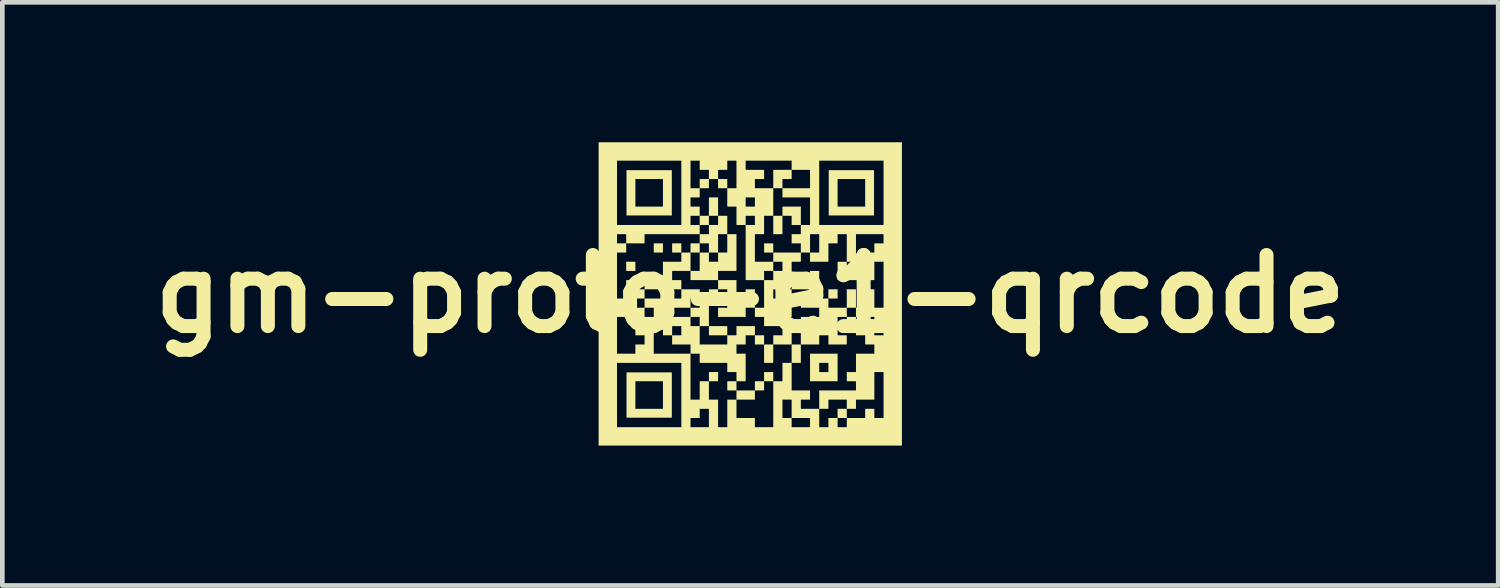
<source format=kicad_pcb>
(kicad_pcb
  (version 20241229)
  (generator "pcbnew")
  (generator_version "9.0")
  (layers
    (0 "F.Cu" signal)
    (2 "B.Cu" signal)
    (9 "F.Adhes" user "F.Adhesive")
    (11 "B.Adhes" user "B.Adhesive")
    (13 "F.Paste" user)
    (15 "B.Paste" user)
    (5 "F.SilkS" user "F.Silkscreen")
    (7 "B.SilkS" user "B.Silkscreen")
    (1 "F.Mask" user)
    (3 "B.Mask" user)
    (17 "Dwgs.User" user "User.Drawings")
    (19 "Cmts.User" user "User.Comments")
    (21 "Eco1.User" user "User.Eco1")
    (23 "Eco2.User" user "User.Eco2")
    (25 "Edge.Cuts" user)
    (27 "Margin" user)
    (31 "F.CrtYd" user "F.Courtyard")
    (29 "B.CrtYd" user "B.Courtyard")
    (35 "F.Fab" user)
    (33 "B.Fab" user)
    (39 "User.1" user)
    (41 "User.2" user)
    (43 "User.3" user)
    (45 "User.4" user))
  (footprint "gm-proto-e1-qrcode"
    (layer "F.Cu")
    (at 13.034 3.251)
    (property "Reference" "gm-proto-e1-qrcode" (at 0 0 0) (layer "F.SilkS") (effects (font (size 1.524 1.524) (thickness 0.3))))
    (attr board_only exclude_from_pos_files exclude_from_bom)
    (fp_poly (pts (xy -2.463 -0.493) (xy -2.66 -0.493) (xy -2.66 -0.69) (xy -2.463 -0.69)) (stroke (width 0) (type solid)) (fill yes) (layer "F.SilkS"))
    (fp_poly (pts (xy -1.872 -0.887) (xy -2.069 -0.887) (xy -2.069 -1.084) (xy -1.872 -1.084)) (stroke (width 0) (type solid)) (fill yes) (layer "F.SilkS"))
    (fp_poly (pts (xy -1.478 -0.887) (xy -1.675 -0.887) (xy -1.675 -1.084) (xy -1.478 -1.084)) (stroke (width 0) (type solid)) (fill yes) (layer "F.SilkS"))
    (fp_poly (pts (xy -0.887 -2.266) (xy -1.084 -2.266) (xy -1.084 -2.463) (xy -0.887 -2.463)) (stroke (width 0) (type solid)) (fill yes) (layer "F.SilkS"))
    (fp_poly (pts (xy -0.69 1.872) (xy -0.887 1.872) (xy -0.887 1.675) (xy -0.69 1.675)) (stroke (width 0) (type solid)) (fill yes) (layer "F.SilkS"))
    (fp_poly (pts (xy -0.493 -2.266) (xy -0.69 -2.266) (xy -0.69 -2.463) (xy -0.493 -2.463)) (stroke (width 0) (type solid)) (fill yes) (layer "F.SilkS"))
    (fp_poly (pts (xy -0.493 0.887) (xy -0.887 0.887) (xy -0.887 0.69) (xy -0.493 0.69)) (stroke (width 0) (type solid)) (fill yes) (layer "F.SilkS"))
    (fp_poly (pts (xy -0.296 2.069) (xy -0.493 2.069) (xy -0.493 1.872) (xy -0.296 1.872)) (stroke (width 0) (type solid)) (fill yes) (layer "F.SilkS"))
    (fp_poly (pts (xy 0.099 2.266) (xy -0.296 2.266) (xy -0.296 2.069) (xy 0.099 2.069)) (stroke (width 0) (type solid)) (fill yes) (layer "F.SilkS"))
    (fp_poly (pts (xy 0.296 1.084) (xy 0.099 1.084) (xy 0.099 0.887) (xy 0.296 0.887)) (stroke (width 0) (type solid)) (fill yes) (layer "F.SilkS"))
    (fp_poly (pts (xy 0.296 2.069) (xy 0.099 2.069) (xy 0.099 1.872) (xy 0.296 1.872)) (stroke (width 0) (type solid)) (fill yes) (layer "F.SilkS"))
    (fp_poly (pts (xy 0.493 -0.887) (xy 0.296 -0.887) (xy 0.296 -1.084) (xy 0.493 -1.084)) (stroke (width 0) (type solid)) (fill yes) (layer "F.SilkS"))
    (fp_poly (pts (xy 0.493 1.478) (xy 0.296 1.478) (xy 0.296 1.084) (xy 0.493 1.084)) (stroke (width 0) (type solid)) (fill yes) (layer "F.SilkS"))
    (fp_poly (pts (xy 0.493 1.872) (xy 0.296 1.872) (xy 0.296 1.675) (xy 0.493 1.675)) (stroke (width 0) (type solid)) (fill yes) (layer "F.SilkS"))
    (fp_poly (pts (xy 0.69 -1.281) (xy 0.493 -1.281) (xy 0.493 -1.675) (xy 0.69 -1.675)) (stroke (width 0) (type solid)) (fill yes) (layer "F.SilkS"))
    (fp_poly (pts (xy 1.084 1.478) (xy 0.887 1.478) (xy 0.887 1.084) (xy 1.084 1.084)) (stroke (width 0) (type solid)) (fill yes) (layer "F.SilkS"))
    (fp_poly (pts (xy 1.872 0.099) (xy 1.675 0.099) (xy 1.675 -0.099) (xy 1.872 -0.099)) (stroke (width 0) (type solid)) (fill yes) (layer "F.SilkS"))
    (fp_poly (pts (xy 2.069 2.66) (xy 1.872 2.66) (xy 1.872 2.463) (xy 2.069 2.463)) (stroke (width 0) (type solid)) (fill yes) (layer "F.SilkS"))
    (fp_poly (pts (xy 2.266 0.296) (xy 2.069 0.296) (xy 2.069 -0.099) (xy 2.266 -0.099)) (stroke (width 0) (type solid)) (fill yes) (layer "F.SilkS"))
    (fp_poly (pts (xy 2.266 0.69) (xy 2.069 0.69) (xy 2.069 0.493) (xy 2.266 0.493)) (stroke (width 0) (type solid)) (fill yes) (layer "F.SilkS"))
    (fp_poly (pts (xy 0.69 -1.872) (xy 1.084 -1.872) (xy 1.084 -1.478) (xy 0.887 -1.478) (xy 0.887 -1.675) (xy 0.69 -1.675)) (stroke (width 0) (type solid)) (fill yes) (layer "F.SilkS"))
    (fp_poly (pts (xy 0.887 -2.463) (xy 0.69 -2.463) (xy 0.69 -2.266) (xy 0.493 -2.266) (xy 0.493 -2.66) (xy 0.887 -2.66)) (stroke (width 0) (type solid)) (fill yes) (layer "F.SilkS"))
    (fp_poly (pts (xy 0.887 1.084) (xy 0.493 1.084) (xy 0.493 0.887) (xy 0.69 0.887) (xy 0.69 0.69) (xy 0.887 0.69)) (stroke (width 0) (type solid)) (fill yes) (layer "F.SilkS"))
    (fp_poly (pts (xy -1.682 -1.682) (xy -2.653 -1.682) (xy -2.653 -1.872) (xy -2.463 -1.872) (xy -1.872 -1.872) (xy -1.872 -2.463) (xy -2.463 -2.463) (xy -2.463 -1.872) (xy -2.653 -1.872) (xy -2.653 -2.653) (xy -1.682 -2.653)) (stroke (width 0) (type solid)) (fill yes) (layer "F.SilkS"))
    (fp_poly (pts (xy -1.682 2.653) (xy -2.653 2.653) (xy -2.653 2.463) (xy -2.463 2.463) (xy -1.872 2.463) (xy -1.872 1.872) (xy -2.463 1.872) (xy -2.463 2.463) (xy -2.653 2.463) (xy -2.653 1.682) (xy -1.682 1.682)) (stroke (width 0) (type solid)) (fill yes) (layer "F.SilkS"))
    (fp_poly (pts (xy 1.872 1.872) (xy 1.281 1.872) (xy 1.281 1.675) (xy 1.478 1.675) (xy 1.675 1.675) (xy 1.675 1.478) (xy 1.478 1.478) (xy 1.478 1.675) (xy 1.281 1.675) (xy 1.281 1.281) (xy 1.872 1.281)) (stroke (width 0) (type solid)) (fill yes) (layer "F.SilkS"))
    (fp_poly (pts (xy 2.653 -1.682) (xy 1.682 -1.682) (xy 1.682 -1.872) (xy 1.872 -1.872) (xy 2.463 -1.872) (xy 2.463 -2.463) (xy 1.872 -2.463) (xy 1.872 -1.872) (xy 1.682 -1.872) (xy 1.682 -2.653) (xy 2.653 -2.653)) (stroke (width 0) (type solid)) (fill yes) (layer "F.SilkS"))
    (fp_poly (pts (xy 1.675 0.296) (xy 2.069 0.296) (xy 2.069 0.493) (xy 1.872 0.493) (xy 1.872 0.887) (xy 2.069 0.887) (xy 2.069 1.084) (xy 1.675 1.084) (xy 1.675 0.887) (xy 1.478 0.887) (xy 1.478 1.084) (xy 1.084 1.084) (xy 1.084 0.493) (xy 1.478 0.493) (xy 1.478 0.296) (xy 1.084 0.296) (xy 1.084 0.099) (xy 1.675 0.099)) (stroke (width 0) (type solid)) (fill yes) (layer "F.SilkS"))
    (fp_poly (pts (xy 1.084 -0.69) (xy 0.887 -0.69) (xy 0.887 -0.296) (xy 1.281 -0.296) (xy 1.281 -0.493) (xy 1.478 -0.493) (xy 1.478 -0.099) (xy 0.887 -0.099) (xy 0.887 0.493) (xy 0.69 0.493) (xy 0.69 0.69) (xy 0.296 0.69) (xy 0.296 0.493) (xy 0.099 0.493) (xy 0.099 0.296) (xy 0.296 0.296) (xy 0.296 0.099) (xy 0.493 0.099) (xy 0.69 0.099) (xy 0.69 -0.099) (xy 0.887 -0.099) (xy 0.887 -0.296) (xy 0.69 -0.296) (xy 0.69 -0.099) (xy 0.493 -0.099) (xy 0.493 0.099) (xy 0.296 0.099) (xy 0.296 -0.296) (xy 0.493 -0.296) (xy 0.493 -0.493) (xy 0.69 -0.493) (xy 0.69 -0.69) (xy 0.493 -0.69) (xy 0.493 -0.887) (xy 1.084 -0.887)) (stroke (width 0) (type solid)) (fill yes) (layer "F.SilkS"))
    (fp_poly (pts (xy -0.296 -1.281) (xy -0.296 -0.493) (xy -0.69 -0.493) (xy -0.69 -0.296) (xy -0.296 -0.296) (xy -0.296 0.099) (xy -0.099 0.099) (xy -0.099 -0.099) (xy 0.099 -0.099) (xy 0.099 0.296) (xy -0.099 0.296) (xy -0.099 0.493) (xy -0.69 0.493) (xy -0.69 0.296) (xy -0.493 0.296) (xy -0.493 -0.099) (xy -0.69 -0.099) (xy -0.69 0.099) (xy -0.887 0.099) (xy -0.887 0.69) (xy -1.084 0.69) (xy -1.084 0.493) (xy -1.281 0.493) (xy -1.281 0.296) (xy -1.084 0.296) (xy -1.084 0.099) (xy -1.281 0.099) (xy -1.281 0.296) (xy -1.675 0.296) (xy -1.675 0.099) (xy -1.478 0.099) (xy -1.478 -0.099) (xy -2.266 -0.099) (xy -2.266 -0.296) (xy -1.872 -0.296) (xy -1.675 -0.296) (xy -1.478 -0.296) (xy -1.478 -0.099) (xy -1.084 -0.099) (xy -1.084 0.099) (xy -0.887 0.099) (xy -0.887 -0.099) (xy -0.69 -0.099) (xy -0.69 -0.296) (xy -1.281 -0.296) (xy -1.281 -0.493) (xy -1.084 -0.493) (xy -1.084 -0.69) (xy -0.887 -0.69) (xy -0.69 -0.69) (xy -0.69 -0.887) (xy -0.493 -0.887) (xy -0.493 -1.281) (xy -0.69 -1.281) (xy -0.69 -0.887) (xy -0.887 -0.887) (xy -0.887 -0.69) (xy -1.084 -0.69) (xy -1.084 -0.887) (xy -0.887 -0.887) (xy -0.887 -1.084) (xy -1.084 -1.084) (xy -1.084 -0.887) (xy -1.281 -0.887) (xy -1.281 -0.493) (xy -1.675 -0.493) (xy -1.675 -0.296) (xy -1.872 -0.296) (xy -1.872 -0.69) (xy -1.478 -0.69) (xy -1.478 -0.887) (xy -1.281 -0.887) (xy -1.281 -1.084) (xy -1.084 -1.084) (xy -1.084 -1.281) (xy -0.887 -1.281) (xy -0.887 -1.478) (xy -0.69 -1.478) (xy -0.69 -1.675) (xy -0.887 -1.675) (xy -0.887 -1.478) (xy -1.084 -1.478) (xy -1.084 -1.675) (xy -0.887 -1.675) (xy -0.887 -2.069) (xy -0.69 -2.069) (xy -0.69 -1.675) (xy -0.493 -1.675) (xy -0.493 -1.281)) (stroke (width 0) (type solid)) (fill yes) (layer "F.SilkS"))
    (fp_poly (pts (xy 3.251 3.251) (xy -3.251 3.251) (xy -3.251 2.857) (xy -2.857 2.857) (xy -1.478 2.857) (xy -1.281 2.857) (xy -0.887 2.857) (xy -0.887 2.463) (xy -1.084 2.463) (xy -1.084 2.66) (xy -1.281 2.66) (xy -1.281 2.857) (xy -1.478 2.857) (xy -1.478 1.478) (xy -2.857 1.478) (xy -2.857 2.857) (xy -3.251 2.857) (xy -3.251 1.281) (xy -2.857 1.281) (xy -2.463 1.281) (xy -2.069 1.281) (xy -1.281 1.281) (xy -1.281 1.084) (xy -1.675 1.084) (xy -1.675 0.887) (xy -1.478 0.887) (xy -1.478 0.69) (xy -1.675 0.69) (xy -1.675 0.887) (xy -1.872 0.887) (xy -1.872 0.69) (xy -2.069 0.69) (xy -2.069 1.281) (xy -2.463 1.281) (xy -2.463 1.084) (xy -2.266 1.084) (xy -2.266 0.887) (xy -2.463 0.887) (xy -2.463 0.493) (xy -2.266 0.493) (xy -2.069 0.493) (xy -2.069 0.296) (xy -2.266 0.296) (xy -2.266 0.493) (xy -2.463 0.493) (xy -2.463 0.296) (xy -2.266 0.296) (xy -2.266 0.099) (xy -2.463 0.099) (xy -2.463 0.296) (xy -2.66 0.296) (xy -2.66 0.493) (xy -2.857 0.493) (xy -2.857 1.281) (xy -3.251 1.281) (xy -3.251 0.099) (xy -2.857 0.099) (xy -2.66 0.099) (xy -2.66 -0.296) (xy -2.463 -0.296) (xy -2.463 -0.099) (xy -2.266 -0.099) (xy -2.266 0.099) (xy -1.872 0.099) (xy -1.872 0.493) (xy -1.281 0.493) (xy -1.281 0.69) (xy -1.084 0.69) (xy -1.084 1.084) (xy -0.493 1.084) (xy -0.493 0.887) (xy -0.296 0.887) (xy -0.296 0.69) (xy 0.099 0.69) (xy 0.099 0.887) (xy -0.099 0.887) (xy -0.099 1.084) (xy -0.296 1.084) (xy -0.296 1.281) (xy -0.099 1.281) (xy -0.099 1.872) (xy -0.296 1.872) (xy -0.296 1.675) (xy -0.493 1.675) (xy -0.493 1.478) (xy -1.084 1.478) (xy -1.084 1.281) (xy -1.281 1.281) (xy -1.281 2.266) (xy -1.084 2.266) (xy -1.084 1.872) (xy -0.887 1.872) (xy -0.887 2.266) (xy -0.69 2.266) (xy -0.69 2.857) (xy -0.493 2.857) (xy -0.493 2.266) (xy -0.296 2.266) (xy -0.296 2.66) (xy 0.099 2.66) (xy 0.099 2.857) (xy 0.493 2.857) (xy 0.887 2.857) (xy 1.281 2.857) (xy 1.478 2.857) (xy 1.675 2.857) (xy 1.675 2.66) (xy 1.872 2.66) (xy 1.872 2.857) (xy 2.069 2.857) (xy 2.069 2.66) (xy 2.463 2.66) (xy 2.463 2.463) (xy 2.66 2.463) (xy 2.66 2.66) (xy 2.857 2.66) (xy 2.857 1.675) (xy 2.66 1.675) (xy 2.66 2.266) (xy 2.266 2.266) (xy 2.266 2.463) (xy 2.069 2.463) (xy 2.069 2.266) (xy 1.675 2.266) (xy 1.675 2.463) (xy 1.478 2.463) (xy 1.478 2.857) (xy 1.281 2.857) (xy 1.281 2.66) (xy 0.887 2.66) (xy 0.887 2.857) (xy 0.493 2.857) (xy 0.493 2.66) (xy 0.69 2.66) (xy 0.887 2.66) (xy 0.887 2.266) (xy 0.69 2.266) (xy 0.69 2.66) (xy 0.493 2.66) (xy 0.493 1.872) (xy 0.69 1.872) (xy 0.69 1.478) (xy 0.887 1.478) (xy 0.887 2.069) (xy 1.281 2.069) (xy 1.281 2.266) (xy 1.084 2.266) (xy 1.084 2.463) (xy 1.478 2.463) (xy 1.478 2.069) (xy 2.266 2.069) (xy 2.266 1.872) (xy 2.069 1.872) (xy 2.069 1.675) (xy 2.266 1.675) (xy 2.266 1.281) (xy 2.66 1.281) (xy 2.66 1.084) (xy 2.463 1.084) (xy 2.463 0.887) (xy 2.66 0.887) (xy 2.857 0.887) (xy 2.857 0.69) (xy 2.66 0.69) (xy 2.66 0.887) (xy 2.463 0.887) (xy 2.266 0.887) (xy 2.266 0.69) (xy 2.66 0.69) (xy 2.66 0.493) (xy 2.266 0.493) (xy 2.266 0.296) (xy 2.463 0.296) (xy 2.463 -0.099) (xy 2.66 -0.099) (xy 2.66 0.296) (xy 2.857 0.296) (xy 2.857 -0.69) (xy 2.66 -0.69) (xy 2.66 -0.296) (xy 1.872 -0.296) (xy 1.872 -0.493) (xy 2.069 -0.493) (xy 2.266 -0.493) (xy 2.266 -0.69) (xy 2.463 -0.69) (xy 2.463 -0.887) (xy 2.66 -0.887) (xy 2.66 -1.084) (xy 2.857 -1.084) (xy 2.857 -1.281) (xy 2.266 -1.281) (xy 2.266 -0.69) (xy 2.069 -0.69) (xy 2.069 -0.493) (xy 1.872 -0.493) (xy 1.872 -0.69) (xy 2.069 -0.69) (xy 2.069 -1.281) (xy 1.872 -1.281) (xy 1.872 -1.084) (xy 1.675 -1.084) (xy 1.675 -0.69) (xy 1.281 -0.69) (xy 1.281 -0.887) (xy 1.478 -0.887) (xy 1.478 -1.281) (xy 1.281 -1.281) (xy 1.281 -0.887) (xy 1.084 -0.887) (xy 1.084 -1.084) (xy 0.887 -1.084) (xy 0.887 -1.281) (xy 1.084 -1.281) (xy 1.084 -1.478) (xy 1.281 -1.478) (xy 1.478 -1.478) (xy 2.857 -1.478) (xy 2.857 -2.857) (xy 1.478 -2.857) (xy 1.478 -1.478) (xy 1.281 -1.478) (xy 1.281 -2.069) (xy 0.69 -2.069) (xy 0.69 -2.266) (xy 1.281 -2.266) (xy 1.281 -2.66) (xy 0.887 -2.66) (xy 0.887 -2.857) (xy -0.099 -2.857) (xy -0.099 -2.66) (xy 0.296 -2.66) (xy 0.296 -2.463) (xy 0.099 -2.463) (xy 0.099 -2.266) (xy 0.493 -2.266) (xy 0.493 -1.675) (xy 0.296 -1.675) (xy 0.296 -1.281) (xy 0.099 -1.281) (xy 0.099 -0.69) (xy 0.493 -0.69) (xy 0.493 -0.493) (xy 0.296 -0.493) (xy 0.296 -0.296) (xy -0.099 -0.296) (xy -0.099 -1.478) (xy 0.099 -1.478) (xy 0.099 -1.675) (xy -0.099 -1.675) (xy -0.099 -1.478) (xy -0.296 -1.478) (xy -0.296 -1.872) (xy -0.099 -1.872) (xy 0.099 -1.872) (xy 0.099 -2.069) (xy -0.099 -2.069) (xy -0.099 -1.872) (xy -0.296 -1.872) (xy -0.493 -1.872) (xy -0.493 -2.266) (xy -0.296 -2.266) (xy -0.296 -2.857) (xy -0.493 -2.857) (xy -0.493 -2.66) (xy -0.69 -2.66) (xy -0.69 -2.463) (xy -0.887 -2.463) (xy -0.887 -2.66) (xy -1.084 -2.66) (xy -1.084 -2.857) (xy -1.281 -2.857) (xy -1.281 -2.266) (xy -1.084 -2.266) (xy -1.084 -2.069) (xy -1.281 -2.069) (xy -1.281 -1.872) (xy -1.084 -1.872) (xy -1.084 -1.675) (xy -1.281 -1.675) (xy -1.281 -1.478) (xy -1.084 -1.478) (xy -1.084 -1.281) (xy -2.266 -1.281) (xy -2.266 -1.084) (xy -2.66 -1.084) (xy -2.66 -0.887) (xy -2.857 -0.887) (xy -2.857 0.099) (xy -3.251 0.099) (xy -3.251 -1.084) (xy -2.857 -1.084) (xy -2.66 -1.084) (xy -2.66 -1.281) (xy -2.857 -1.281) (xy -2.857 -1.084) (xy -3.251 -1.084) (xy -3.251 -1.478) (xy -2.857 -1.478) (xy -1.478 -1.478) (xy -1.478 -2.857) (xy -2.857 -2.857) (xy -2.857 -1.478) (xy -3.251 -1.478) (xy -3.251 -3.251) (xy 3.251 -3.251)) (stroke (width 0) (type solid)) (fill yes) (layer "F.SilkS")))
  (gr_rect
    (start -3 -3)
    (end 29.068 9.501)
    (stroke (width 0.1) (type default))
    (fill no)
    (layer "Edge.Cuts")))
</source>
